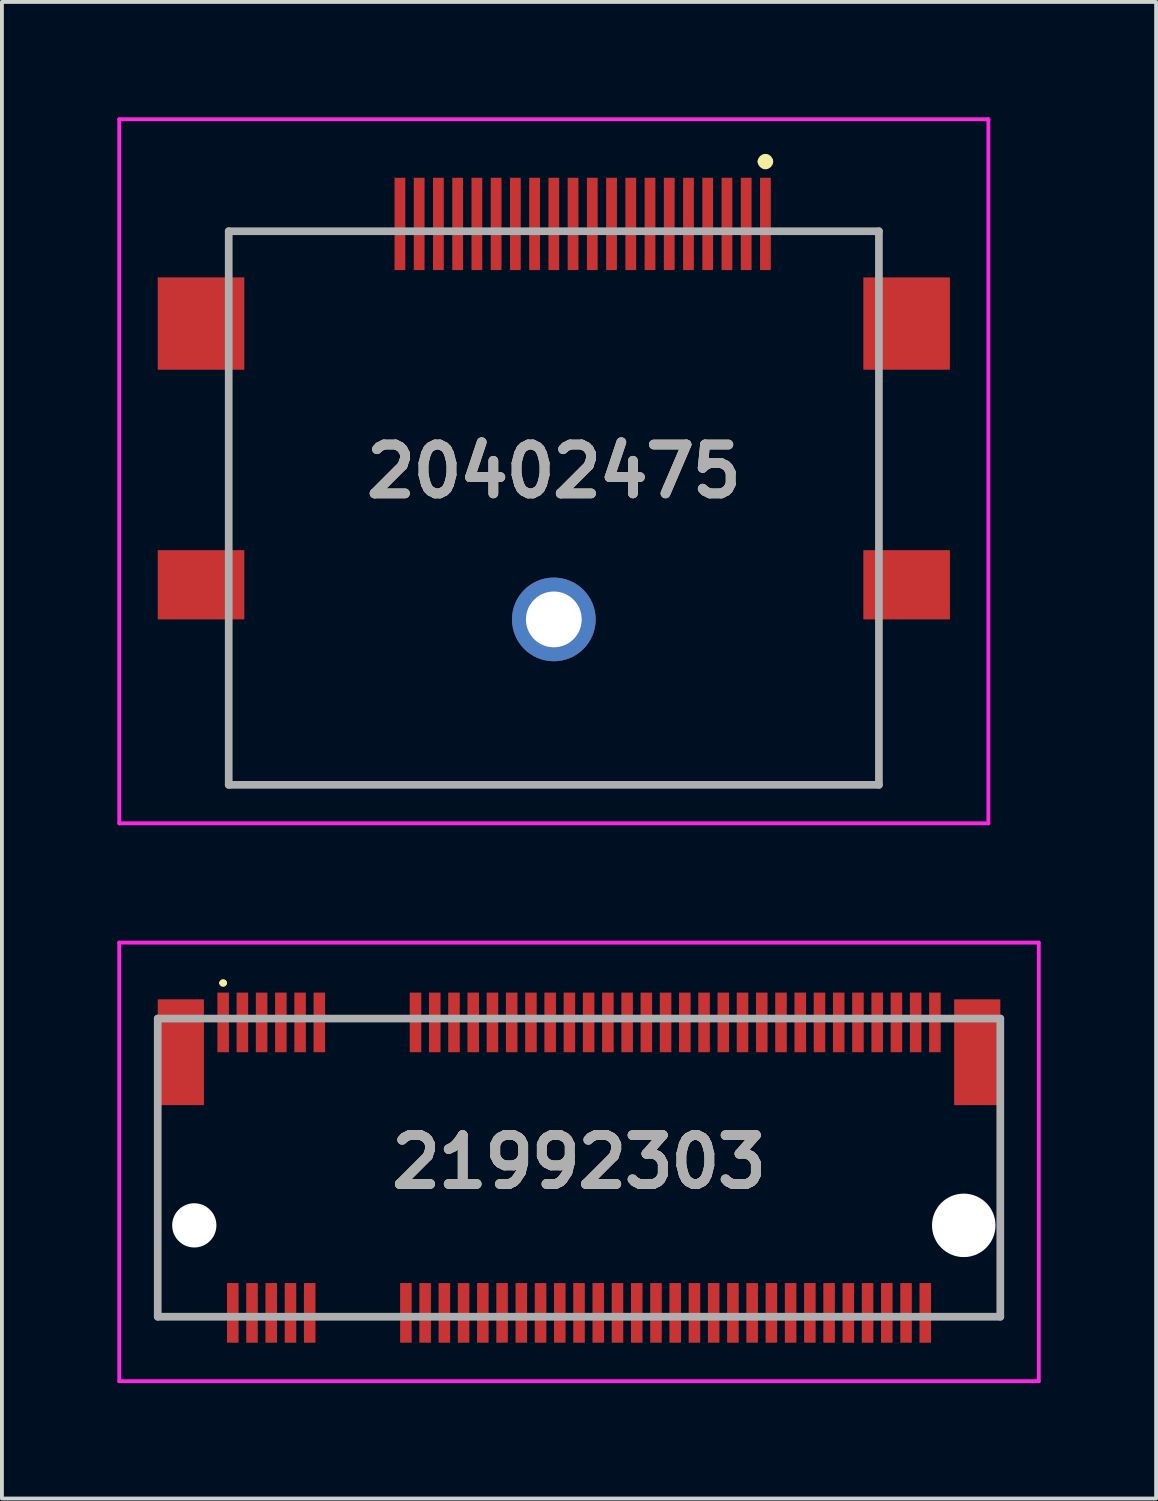
<source format=kicad_pcb>
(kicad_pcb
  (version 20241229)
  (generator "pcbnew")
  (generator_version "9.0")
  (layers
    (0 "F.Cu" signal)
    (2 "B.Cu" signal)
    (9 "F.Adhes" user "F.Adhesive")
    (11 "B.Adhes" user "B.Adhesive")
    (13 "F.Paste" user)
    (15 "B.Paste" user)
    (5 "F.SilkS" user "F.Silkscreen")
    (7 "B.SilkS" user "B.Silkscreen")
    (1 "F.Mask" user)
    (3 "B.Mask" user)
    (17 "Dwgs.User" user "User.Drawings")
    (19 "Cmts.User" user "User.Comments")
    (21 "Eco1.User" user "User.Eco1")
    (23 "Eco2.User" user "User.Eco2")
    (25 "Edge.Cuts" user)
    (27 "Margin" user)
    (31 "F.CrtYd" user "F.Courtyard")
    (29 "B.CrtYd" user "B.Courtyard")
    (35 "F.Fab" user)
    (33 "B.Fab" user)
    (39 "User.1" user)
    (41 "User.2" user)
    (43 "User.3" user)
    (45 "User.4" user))
  (footprint "21992303"
    (layer "F.Cu")
    (at 12 28.8)
    (property "Reference" "21992303" (at 0 -1.65 0) (layer "F.SilkS") (effects (font (size 1.27 1.27) (thickness 0.254))))
    (attr through_hole)
    (fp_line (start -10.95 -2.5) (end -10.95 2.375) (stroke (width 0.1) (type solid)) (layer "F.SilkS"))
    (fp_line (start -10.95 2.375) (end -9.5 2.375) (stroke (width 0.1) (type solid)) (layer "F.SilkS"))
    (fp_line (start -9.3 -6.3) (end -9.3 -6.3) (stroke (width 0.1) (type solid)) (layer "F.SilkS"))
    (fp_line (start -9.2 -6.3) (end -9.2 -6.3) (stroke (width 0.1) (type solid)) (layer "F.SilkS"))
    (fp_line (start -6.5 2.375) (end -5 2.375) (stroke (width 0.1) (type solid)) (layer "F.SilkS"))
    (fp_line (start 9.5 2.375) (end 10.95 2.375) (stroke (width 0.1) (type solid)) (layer "F.SilkS"))
    (fp_line (start 10.95 -2.5) (end 10.95 -0.5) (stroke (width 0.1) (type solid)) (layer "F.SilkS"))
    (fp_line (start 10.95 2.375) (end 10.95 0.5) (stroke (width 0.1) (type solid)) (layer "F.SilkS"))
    (fp_arc (start -9.3 -6.3) (mid -9.25 -6.35) (end -9.2 -6.3) (stroke (width 0.1) (type solid)) (layer "F.SilkS"))
    (fp_arc (start -9.2 -6.3) (mid -9.25 -6.25) (end -9.3 -6.3) (stroke (width 0.1) (type solid)) (layer "F.SilkS"))
    (fp_line (start -11.95 -7.35) (end 11.95 -7.35) (stroke (width 0.1) (type solid)) (layer "F.CrtYd"))
    (fp_line (start -11.95 4.05) (end -11.95 -7.35) (stroke (width 0.1) (type solid)) (layer "F.CrtYd"))
    (fp_line (start 11.95 -7.35) (end 11.95 4.05) (stroke (width 0.1) (type solid)) (layer "F.CrtYd"))
    (fp_line (start 11.95 4.05) (end -11.95 4.05) (stroke (width 0.1) (type solid)) (layer "F.CrtYd"))
    (fp_line (start -10.95 -5.375) (end 10.95 -5.375) (stroke (width 0.2) (type solid)) (layer "F.Fab"))
    (fp_line (start -10.95 2.375) (end -10.95 -5.375) (stroke (width 0.2) (type solid)) (layer "F.Fab"))
    (fp_line (start 10.95 -5.375) (end 10.95 2.375) (stroke (width 0.2) (type solid)) (layer "F.Fab"))
    (fp_line (start 10.95 2.375) (end -10.95 2.375) (stroke (width 0.2) (type solid)) (layer "F.Fab"))
    (fp_text user "${REFERENCE}" (at 0 -1.65 0) (layer "F.Fab") (effects (font (size 1.27 1.27) (thickness 0.254))))
    (pad "" np_thru_hole circle (at -10 0) (size 1.15 1.15) (drill 1.15) (layers "*.Cu" "*.Mask"))
    (pad "" np_thru_hole circle (at 10 0) (size 1.65 1.65) (drill 1.65) (layers "*.Cu" "*.Mask"))
    (pad "1" smd rect (at -9.25 -5.275) (size 0.3 1.55) (layers "F.Cu" "F.Mask" "F.Paste"))
    (pad "2" smd rect (at -9 2.275) (size 0.3 1.55) (layers "F.Cu" "F.Mask" "F.Paste"))
    (pad "3" smd rect (at -8.75 -5.275) (size 0.3 1.55) (layers "F.Cu" "F.Mask" "F.Paste"))
    (pad "4" smd rect (at -8.5 2.275) (size 0.3 1.55) (layers "F.Cu" "F.Mask" "F.Paste"))
    (pad "5" smd rect (at -8.25 -5.275) (size 0.3 1.55) (layers "F.Cu" "F.Mask" "F.Paste"))
    (pad "6" smd rect (at -8 2.275) (size 0.3 1.55) (layers "F.Cu" "F.Mask" "F.Paste"))
    (pad "7" smd rect (at -7.75 -5.275) (size 0.3 1.55) (layers "F.Cu" "F.Mask" "F.Paste"))
    (pad "8" smd rect (at -7.5 2.275) (size 0.3 1.55) (layers "F.Cu" "F.Mask" "F.Paste"))
    (pad "9" smd rect (at -7.25 -5.275) (size 0.3 1.55) (layers "F.Cu" "F.Mask" "F.Paste"))
    (pad "10" smd rect (at -7 2.275) (size 0.3 1.55) (layers "F.Cu" "F.Mask" "F.Paste"))
    (pad "11" smd rect (at -6.75 -5.275) (size 0.3 1.55) (layers "F.Cu" "F.Mask" "F.Paste"))
    (pad "20" smd rect (at -4.5 2.275) (size 0.3 1.55) (layers "F.Cu" "F.Mask" "F.Paste"))
    (pad "21" smd rect (at -4.25 -5.275) (size 0.3 1.55) (layers "F.Cu" "F.Mask" "F.Paste"))
    (pad "22" smd rect (at -4 2.275) (size 0.3 1.55) (layers "F.Cu" "F.Mask" "F.Paste"))
    (pad "23" smd rect (at -3.75 -5.275) (size 0.3 1.55) (layers "F.Cu" "F.Mask" "F.Paste"))
    (pad "24" smd rect (at -3.5 2.275) (size 0.3 1.55) (layers "F.Cu" "F.Mask" "F.Paste"))
    (pad "25" smd rect (at -3.25 -5.275) (size 0.3 1.55) (layers "F.Cu" "F.Mask" "F.Paste"))
    (pad "26" smd rect (at -3 2.275) (size 0.3 1.55) (layers "F.Cu" "F.Mask" "F.Paste"))
    (pad "27" smd rect (at -2.75 -5.275) (size 0.3 1.55) (layers "F.Cu" "F.Mask" "F.Paste"))
    (pad "28" smd rect (at -2.5 2.275) (size 0.3 1.55) (layers "F.Cu" "F.Mask" "F.Paste"))
    (pad "29" smd rect (at -2.25 -5.275) (size 0.3 1.55) (layers "F.Cu" "F.Mask" "F.Paste"))
    (pad "30" smd rect (at -2 2.275) (size 0.3 1.55) (layers "F.Cu" "F.Mask" "F.Paste"))
    (pad "31" smd rect (at -1.75 -5.275) (size 0.3 1.55) (layers "F.Cu" "F.Mask" "F.Paste"))
    (pad "32" smd rect (at -1.5 2.275) (size 0.3 1.55) (layers "F.Cu" "F.Mask" "F.Paste"))
    (pad "33" smd rect (at -1.25 -5.275) (size 0.3 1.55) (layers "F.Cu" "F.Mask" "F.Paste"))
    (pad "34" smd rect (at -1 2.275) (size 0.3 1.55) (layers "F.Cu" "F.Mask" "F.Paste"))
    (pad "35" smd rect (at -0.75 -5.275) (size 0.3 1.55) (layers "F.Cu" "F.Mask" "F.Paste"))
    (pad "36" smd rect (at -0.5 2.275) (size 0.3 1.55) (layers "F.Cu" "F.Mask" "F.Paste"))
    (pad "37" smd rect (at -0.25 -5.275) (size 0.3 1.55) (layers "F.Cu" "F.Mask" "F.Paste"))
    (pad "38" smd rect (at 0 2.275) (size 0.3 1.55) (layers "F.Cu" "F.Mask" "F.Paste"))
    (pad "39" smd rect (at 0.25 -5.275) (size 0.3 1.55) (layers "F.Cu" "F.Mask" "F.Paste"))
    (pad "40" smd rect (at 0.5 2.275) (size 0.3 1.55) (layers "F.Cu" "F.Mask" "F.Paste"))
    (pad "41" smd rect (at 0.75 -5.275) (size 0.3 1.55) (layers "F.Cu" "F.Mask" "F.Paste"))
    (pad "42" smd rect (at 1 2.275) (size 0.3 1.55) (layers "F.Cu" "F.Mask" "F.Paste"))
    (pad "43" smd rect (at 1.25 -5.275) (size 0.3 1.55) (layers "F.Cu" "F.Mask" "F.Paste"))
    (pad "44" smd rect (at 1.5 2.275) (size 0.3 1.55) (layers "F.Cu" "F.Mask" "F.Paste"))
    (pad "45" smd rect (at 1.75 -5.275) (size 0.3 1.55) (layers "F.Cu" "F.Mask" "F.Paste"))
    (pad "46" smd rect (at 2 2.275) (size 0.3 1.55) (layers "F.Cu" "F.Mask" "F.Paste"))
    (pad "47" smd rect (at 2.25 -5.275) (size 0.3 1.55) (layers "F.Cu" "F.Mask" "F.Paste"))
    (pad "48" smd rect (at 2.5 2.275) (size 0.3 1.55) (layers "F.Cu" "F.Mask" "F.Paste"))
    (pad "49" smd rect (at 2.75 -5.275) (size 0.3 1.55) (layers "F.Cu" "F.Mask" "F.Paste"))
    (pad "50" smd rect (at 3 2.275) (size 0.3 1.55) (layers "F.Cu" "F.Mask" "F.Paste"))
    (pad "51" smd rect (at 3.25 -5.275) (size 0.3 1.55) (layers "F.Cu" "F.Mask" "F.Paste"))
    (pad "52" smd rect (at 3.5 2.275) (size 0.3 1.55) (layers "F.Cu" "F.Mask" "F.Paste"))
    (pad "53" smd rect (at 3.75 -5.275) (size 0.3 1.55) (layers "F.Cu" "F.Mask" "F.Paste"))
    (pad "54" smd rect (at 4 2.275) (size 0.3 1.55) (layers "F.Cu" "F.Mask" "F.Paste"))
    (pad "55" smd rect (at 4.25 -5.275) (size 0.3 1.55) (layers "F.Cu" "F.Mask" "F.Paste"))
    (pad "56" smd rect (at 4.5 2.275) (size 0.3 1.55) (layers "F.Cu" "F.Mask" "F.Paste"))
    (pad "57" smd rect (at 4.75 -5.275) (size 0.3 1.55) (layers "F.Cu" "F.Mask" "F.Paste"))
    (pad "58" smd rect (at 5 2.275) (size 0.3 1.55) (layers "F.Cu" "F.Mask" "F.Paste"))
    (pad "59" smd rect (at 5.25 -5.275) (size 0.3 1.55) (layers "F.Cu" "F.Mask" "F.Paste"))
    (pad "60" smd rect (at 5.5 2.275) (size 0.3 1.55) (layers "F.Cu" "F.Mask" "F.Paste"))
    (pad "61" smd rect (at 5.75 -5.275) (size 0.3 1.55) (layers "F.Cu" "F.Mask" "F.Paste"))
    (pad "62" smd rect (at 6 2.275) (size 0.3 1.55) (layers "F.Cu" "F.Mask" "F.Paste"))
    (pad "63" smd rect (at 6.25 -5.275) (size 0.3 1.55) (layers "F.Cu" "F.Mask" "F.Paste"))
    (pad "64" smd rect (at 6.5 2.275) (size 0.3 1.55) (layers "F.Cu" "F.Mask" "F.Paste"))
    (pad "65" smd rect (at 6.75 -5.275) (size 0.3 1.55) (layers "F.Cu" "F.Mask" "F.Paste"))
    (pad "66" smd rect (at 7 2.275) (size 0.3 1.55) (layers "F.Cu" "F.Mask" "F.Paste"))
    (pad "67" smd rect (at 7.25 -5.275) (size 0.3 1.55) (layers "F.Cu" "F.Mask" "F.Paste"))
    (pad "68" smd rect (at 7.5 2.275) (size 0.3 1.55) (layers "F.Cu" "F.Mask" "F.Paste"))
    (pad "69" smd rect (at 7.75 -5.275) (size 0.3 1.55) (layers "F.Cu" "F.Mask" "F.Paste"))
    (pad "70" smd rect (at 8 2.275) (size 0.3 1.55) (layers "F.Cu" "F.Mask" "F.Paste"))
    (pad "71" smd rect (at 8.25 -5.275) (size 0.3 1.55) (layers "F.Cu" "F.Mask" "F.Paste"))
    (pad "72" smd rect (at 8.5 2.275) (size 0.3 1.55) (layers "F.Cu" "F.Mask" "F.Paste"))
    (pad "73" smd rect (at 8.75 -5.275) (size 0.3 1.55) (layers "F.Cu" "F.Mask" "F.Paste"))
    (pad "74" smd rect (at 9 2.275) (size 0.3 1.55) (layers "F.Cu" "F.Mask" "F.Paste"))
    (pad "75" smd rect (at 9.25 -5.275) (size 0.3 1.55) (layers "F.Cu" "F.Mask" "F.Paste"))
    (pad "MP1" smd rect (at -10.35 -4.5) (size 1.2 2.75) (layers "F.Cu" "F.Mask" "F.Paste"))
    (pad "MP2" smd rect (at 10.35 -4.5) (size 1.2 2.75) (layers "F.Cu" "F.Mask" "F.Paste")))
  (footprint "20402475"
    (layer "F.Cu")
    (at 11.345 9.2)
    (property "Reference" "20402475" (at 0 0 0) (layer "F.SilkS") (effects (font (size 1.27 1.27) (thickness 0.254))))
    (attr through_hole)
    (fp_line (start -8.45 -6.24) (end -4.5 -6.24) (stroke (width 0.1) (type solid)) (layer "F.SilkS"))
    (fp_line (start -8.45 -5.35) (end -8.45 -6.24) (stroke (width 0.1) (type solid)) (layer "F.SilkS"))
    (fp_line (start -8.45 -2.35) (end -8.45 1.65) (stroke (width 0.1) (type solid)) (layer "F.SilkS"))
    (fp_line (start -8.45 4.15) (end -8.45 8.15) (stroke (width 0.1) (type solid)) (layer "F.SilkS"))
    (fp_line (start -8.45 8.15) (end 8.45 8.15) (stroke (width 0.1) (type solid)) (layer "F.SilkS"))
    (fp_line (start 5.4 -8.05) (end 5.4 -8.05) (stroke (width 0.2) (type solid)) (layer "F.SilkS"))
    (fp_line (start 5.6 -8.05) (end 5.6 -8.05) (stroke (width 0.2) (type solid)) (layer "F.SilkS"))
    (fp_line (start 6 -6.24) (end 8.45 -6.24) (stroke (width 0.1) (type solid)) (layer "F.SilkS"))
    (fp_line (start 8.45 -6.24) (end 8.45 -5.35) (stroke (width 0.1) (type solid)) (layer "F.SilkS"))
    (fp_line (start 8.45 -2.35) (end 8.45 1.65) (stroke (width 0.1) (type solid)) (layer "F.SilkS"))
    (fp_line (start 8.45 8.15) (end 8.45 4.15) (stroke (width 0.1) (type solid)) (layer "F.SilkS"))
    (fp_arc (start 5.4 -8.05) (mid 5.5 -8.15) (end 5.6 -8.05) (stroke (width 0.2) (type solid)) (layer "F.SilkS"))
    (fp_arc (start 5.6 -8.05) (mid 5.5 -7.95) (end 5.4 -8.05) (stroke (width 0.2) (type solid)) (layer "F.SilkS"))
    (fp_line (start -11.295 -9.15) (end 11.295 -9.15) (stroke (width 0.1) (type solid)) (layer "F.CrtYd"))
    (fp_line (start -11.295 9.15) (end -11.295 -9.15) (stroke (width 0.1) (type solid)) (layer "F.CrtYd"))
    (fp_line (start 11.295 -9.15) (end 11.295 9.15) (stroke (width 0.1) (type solid)) (layer "F.CrtYd"))
    (fp_line (start 11.295 9.15) (end -11.295 9.15) (stroke (width 0.1) (type solid)) (layer "F.CrtYd"))
    (fp_line (start -8.45 -6.24) (end 8.45 -6.24) (stroke (width 0.2) (type solid)) (layer "F.Fab"))
    (fp_line (start -8.45 8.15) (end -8.45 -6.24) (stroke (width 0.2) (type solid)) (layer "F.Fab"))
    (fp_line (start 8.45 -6.24) (end 8.45 8.15) (stroke (width 0.2) (type solid)) (layer "F.Fab"))
    (fp_line (start 8.45 8.15) (end -8.45 8.15) (stroke (width 0.2) (type solid)) (layer "F.Fab"))
    (fp_text user "${REFERENCE}" (at 0 0 0) (layer "F.Fab") (effects (font (size 1.27 1.27) (thickness 0.254))))
    (pad "1" smd rect (at 5.5 -6.43) (size 0.28 2.4) (layers "F.Cu" "F.Mask" "F.Paste"))
    (pad "2" smd rect (at 5 -6.43) (size 0.28 2.4) (layers "F.Cu" "F.Mask" "F.Paste"))
    (pad "3" smd rect (at 4.5 -6.43) (size 0.28 2.4) (layers "F.Cu" "F.Mask" "F.Paste"))
    (pad "4" smd rect (at 4 -6.43) (size 0.28 2.4) (layers "F.Cu" "F.Mask" "F.Paste"))
    (pad "5" smd rect (at 3.5 -6.43) (size 0.28 2.4) (layers "F.Cu" "F.Mask" "F.Paste"))
    (pad "6" smd rect (at 3 -6.43) (size 0.28 2.4) (layers "F.Cu" "F.Mask" "F.Paste"))
    (pad "7" smd rect (at 2.5 -6.43) (size 0.28 2.4) (layers "F.Cu" "F.Mask" "F.Paste"))
    (pad "8" smd rect (at 2 -6.43) (size 0.28 2.4) (layers "F.Cu" "F.Mask" "F.Paste"))
    (pad "9" smd rect (at 1.5 -6.43) (size 0.28 2.4) (layers "F.Cu" "F.Mask" "F.Paste"))
    (pad "10" smd rect (at 1 -6.43) (size 0.28 2.4) (layers "F.Cu" "F.Mask" "F.Paste"))
    (pad "11" smd rect (at 0.5 -6.43) (size 0.28 2.4) (layers "F.Cu" "F.Mask" "F.Paste"))
    (pad "12" smd rect (at 0 -6.43) (size 0.28 2.4) (layers "F.Cu" "F.Mask" "F.Paste"))
    (pad "13" smd rect (at -0.5 -6.43) (size 0.28 2.4) (layers "F.Cu" "F.Mask" "F.Paste"))
    (pad "14" smd rect (at -1 -6.43) (size 0.28 2.4) (layers "F.Cu" "F.Mask" "F.Paste"))
    (pad "15" smd rect (at -1.5 -6.43) (size 0.28 2.4) (layers "F.Cu" "F.Mask" "F.Paste"))
    (pad "16" smd rect (at -2 -6.43) (size 0.28 2.4) (layers "F.Cu" "F.Mask" "F.Paste"))
    (pad "17" smd rect (at -2.5 -6.43) (size 0.28 2.4) (layers "F.Cu" "F.Mask" "F.Paste"))
    (pad "18" smd rect (at -3 -6.43) (size 0.28 2.4) (layers "F.Cu" "F.Mask" "F.Paste"))
    (pad "19" smd rect (at -3.5 -6.43) (size 0.28 2.4) (layers "F.Cu" "F.Mask" "F.Paste"))
    (pad "20" smd rect (at -4 -6.43) (size 0.28 2.4) (layers "F.Cu" "F.Mask" "F.Paste"))
    (pad "21" smd rect (at -9.17 -3.84) (size 2.25 2.4) (layers "F.Cu" "F.Mask" "F.Paste"))
    (pad "22" smd rect (at 9.17 -3.84) (size 2.25 2.4) (layers "F.Cu" "F.Mask" "F.Paste"))
    (pad "23" smd rect (at -9.17 2.95 90) (size 1.8 2.25) (layers "F.Cu" "F.Mask" "F.Paste"))
    (pad "24" smd rect (at 9.17 2.95 90) (size 1.8 2.25) (layers "F.Cu" "F.Mask" "F.Paste"))
    (pad "25" thru_hole circle (at 0 3.85) (size 2.175 2.175) (drill 1.45) (layers "*.Cu" "*.Mask")))
  (gr_rect
    (start -3 -3)
    (end 27 35.9)
    (stroke (width 0.1) (type default))
    (fill no)
    (layer "Edge.Cuts")))
</source>
